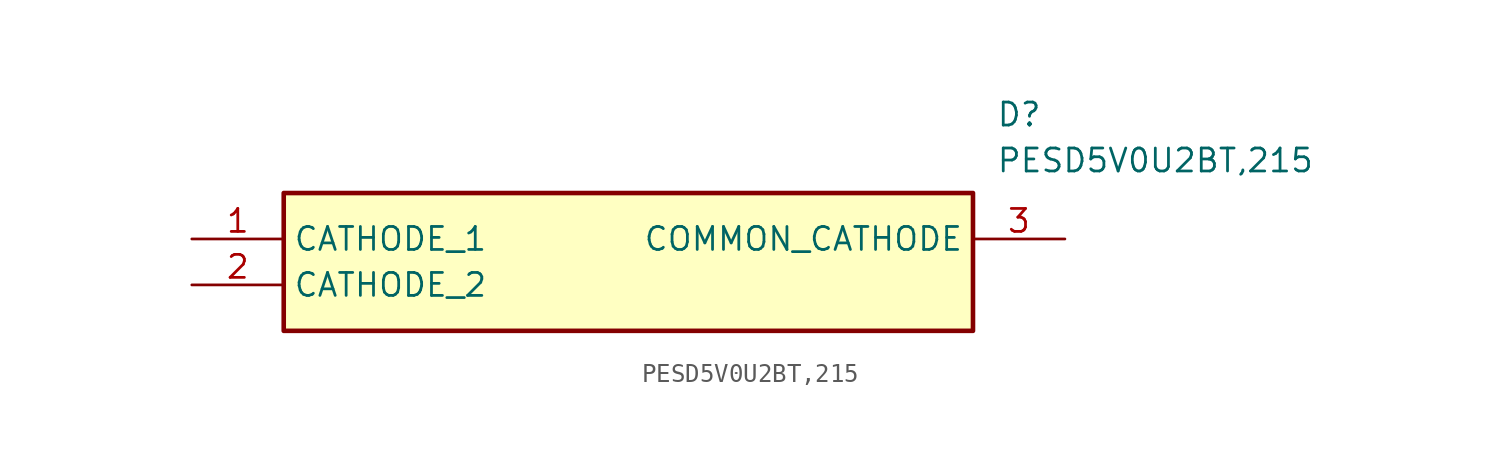
<source format=kicad_sym>
(kicad_symbol_lib
  (version 20220914)
  (generator SamacSys_ECAD_Model)
  (symbol "PESD5V0U2BT,215"
    (property "Reference" "D"
      (at 44.45 7.62 0)
      (effects (font (size 1.27 1.27)) (justify left top)))
    (property "Value" "PESD5V0U2BT,215"
      (at 44.45 5.08 0)
      (effects (font (size 1.27 1.27)) (justify left top)))
    (rectangle
      (start 5.08 2.54)
      (end 43.18 -5.08)
      (stroke (width 0.254) (type default))
      (fill (type background)))
    (pin passive line
      (at 0 0 0)
      (length 5.08)
      (name "CATHODE_1" (effects (font (size 1.27 1.27))))
      (number "1" (effects (font (size 1.27 1.27)))))
    (pin passive line
      (at 0 -2.54 0)
      (length 5.08)
      (name "CATHODE_2" (effects (font (size 1.27 1.27))))
      (number "2" (effects (font (size 1.27 1.27)))))
    (pin passive line
      (at 48.26 0 180)
      (length 5.08)
      (name "COMMON_CATHODE" (effects (font (size 1.27 1.27))))
      (number "3" (effects (font (size 1.27 1.27)))))))
</source>
